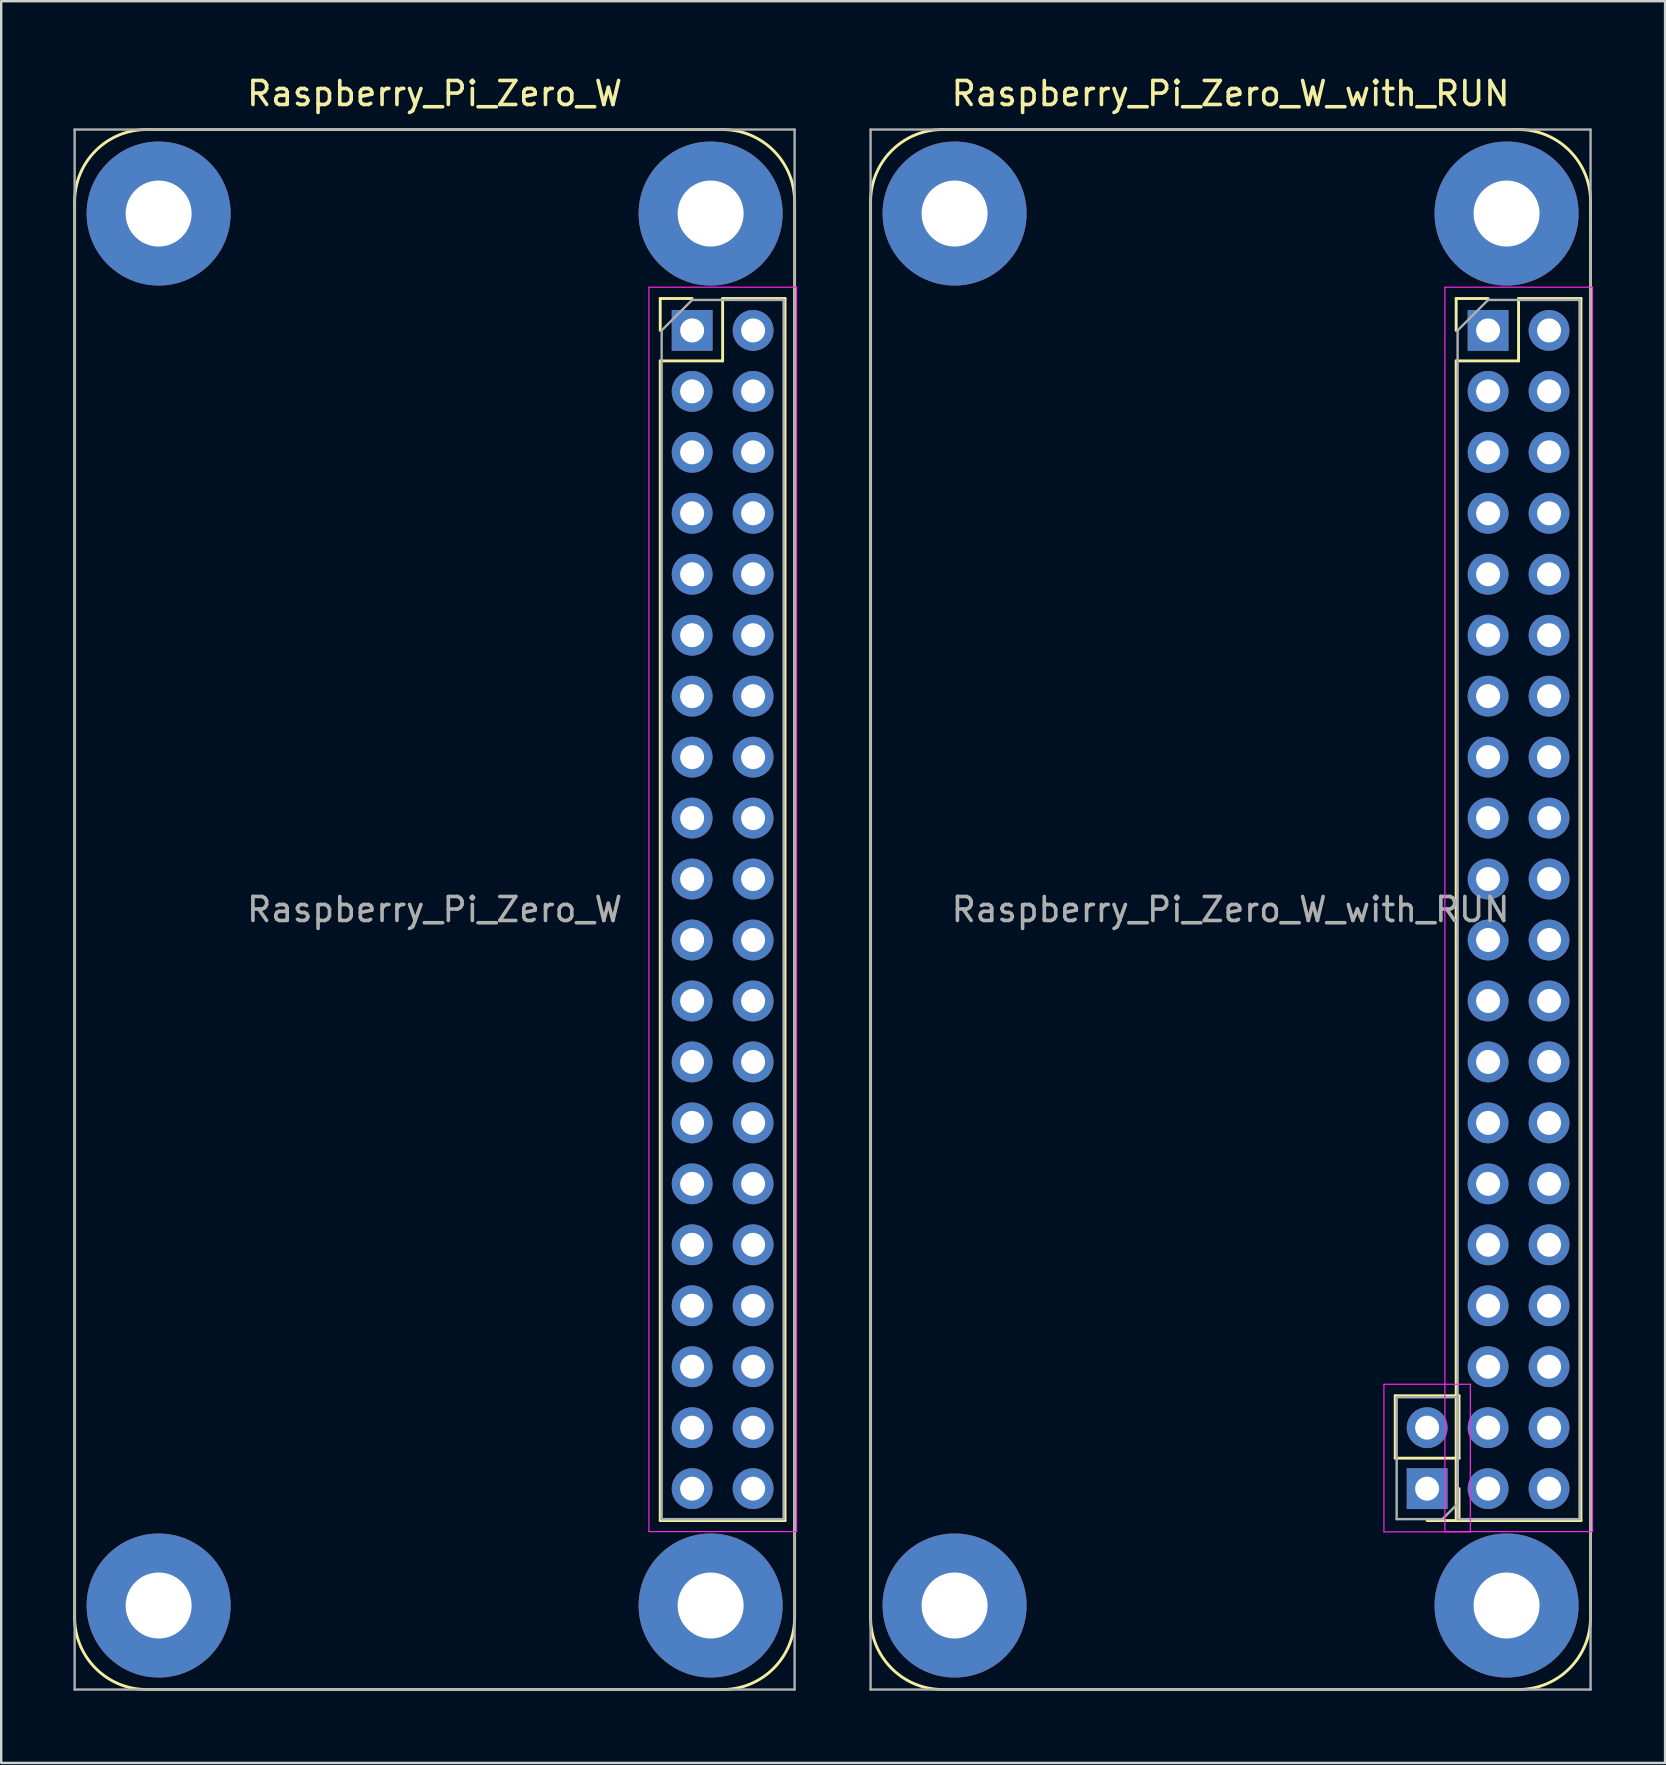
<source format=kicad_pcb>
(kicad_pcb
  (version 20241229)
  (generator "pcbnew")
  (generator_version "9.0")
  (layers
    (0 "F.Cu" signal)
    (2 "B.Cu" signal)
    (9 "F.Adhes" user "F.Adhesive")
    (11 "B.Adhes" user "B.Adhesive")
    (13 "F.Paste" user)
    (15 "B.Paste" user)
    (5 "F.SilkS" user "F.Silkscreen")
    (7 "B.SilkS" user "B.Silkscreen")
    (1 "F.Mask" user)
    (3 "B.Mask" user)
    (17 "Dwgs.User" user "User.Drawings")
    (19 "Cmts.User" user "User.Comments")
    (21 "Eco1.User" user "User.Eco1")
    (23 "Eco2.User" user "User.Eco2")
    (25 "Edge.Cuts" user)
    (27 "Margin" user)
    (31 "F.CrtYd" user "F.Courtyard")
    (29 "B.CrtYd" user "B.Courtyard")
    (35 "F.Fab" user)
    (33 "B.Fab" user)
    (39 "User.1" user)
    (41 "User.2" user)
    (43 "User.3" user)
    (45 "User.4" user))
  (footprint "Raspberry_Pi_Zero_W_with_RUN"
    (layer "F.Cu")
    (at 58.955 10.718)
    (property "Reference" "Raspberry_Pi_Zero_W_with_RUN" (at -10.73 -9.87 0) (layer "F.SilkS") (effects (font (size 1 1) (thickness 0.15))))
    (attr through_hole)
    (fp_line (start -25.73 -5.37) (end -25.73 53.63) (stroke (width 0.12) (type solid)) (layer "F.SilkS"))
    (fp_line (start -3.87 46.99) (end -3.87 44.39) (stroke (width 0.12) (type solid)) (layer "F.SilkS"))
    (fp_line (start -1.33 -1.33) (end 0 -1.33) (stroke (width 0.12) (type solid)) (layer "F.SilkS"))
    (fp_line (start -1.33 0) (end -1.33 -1.33) (stroke (width 0.12) (type solid)) (layer "F.SilkS"))
    (fp_line (start -1.33 1.27) (end -1.33 49.59) (stroke (width 0.12) (type solid)) (layer "F.SilkS"))
    (fp_line (start -1.33 1.27) (end 1.27 1.27) (stroke (width 0.12) (type solid)) (layer "F.SilkS"))
    (fp_line (start -1.33 49.59) (end 3.87 49.59) (stroke (width 0.12) (type solid)) (layer "F.SilkS"))
    (fp_line (start -1.21 44.39) (end -3.87 44.39) (stroke (width 0.12) (type solid)) (layer "F.SilkS"))
    (fp_line (start -1.21 46.99) (end -3.87 46.99) (stroke (width 0.12) (type solid)) (layer "F.SilkS"))
    (fp_line (start -1.21 46.99) (end -1.21 44.39) (stroke (width 0.12) (type solid)) (layer "F.SilkS"))
    (fp_line (start -1.21 48.26) (end -1.21 49.59) (stroke (width 0.12) (type solid)) (layer "F.SilkS"))
    (fp_line (start -1.21 49.59) (end -2.54 49.59) (stroke (width 0.12) (type solid)) (layer "F.SilkS"))
    (fp_line (start 1.27 -8.37) (end -22.73 -8.37) (stroke (width 0.12) (type solid)) (layer "F.SilkS"))
    (fp_line (start 1.27 -1.33) (end 3.87 -1.33) (stroke (width 0.12) (type solid)) (layer "F.SilkS"))
    (fp_line (start 1.27 1.27) (end 1.27 -1.33) (stroke (width 0.12) (type solid)) (layer "F.SilkS"))
    (fp_line (start 1.27 56.63) (end -22.73 56.63) (stroke (width 0.12) (type solid)) (layer "F.SilkS"))
    (fp_line (start 3.87 -1.33) (end 3.87 49.59) (stroke (width 0.12) (type solid)) (layer "F.SilkS"))
    (fp_line (start 4.27 -5.37) (end 4.27 53.63) (stroke (width 0.12) (type solid)) (layer "F.SilkS"))
    (fp_arc (start -25.73 -5.37) (mid -24.85132 -7.49132) (end -22.73 -8.37) (stroke (width 0.12) (type solid)) (layer "F.SilkS"))
    (fp_arc (start -22.73 56.63) (mid -24.85132 55.75132) (end -25.73 53.63) (stroke (width 0.12) (type solid)) (layer "F.SilkS"))
    (fp_arc (start 1.27 -8.37) (mid 3.39132 -7.49132) (end 4.27 -5.37) (stroke (width 0.12) (type solid)) (layer "F.SilkS"))
    (fp_arc (start 4.27 53.63) (mid 3.39132 55.75132) (end 1.27 56.63) (stroke (width 0.12) (type solid)) (layer "F.SilkS"))
    (fp_line (start -4.34 43.91) (end -4.34 50.06) (stroke (width 0.05) (type solid)) (layer "F.CrtYd"))
    (fp_line (start -4.34 50.06) (end -0.74 50.06) (stroke (width 0.05) (type solid)) (layer "F.CrtYd"))
    (fp_line (start -1.8 -1.8) (end -1.8 50.05) (stroke (width 0.05) (type solid)) (layer "F.CrtYd"))
    (fp_line (start -1.8 50.05) (end 4.35 50.05) (stroke (width 0.05) (type solid)) (layer "F.CrtYd"))
    (fp_line (start -0.74 43.91) (end -4.34 43.91) (stroke (width 0.05) (type solid)) (layer "F.CrtYd"))
    (fp_line (start -0.74 50.06) (end -0.74 43.91) (stroke (width 0.05) (type solid)) (layer "F.CrtYd"))
    (fp_line (start 4.35 -1.8) (end -1.8 -1.8) (stroke (width 0.05) (type solid)) (layer "F.CrtYd"))
    (fp_line (start 4.35 50.05) (end 4.35 -1.8) (stroke (width 0.05) (type solid)) (layer "F.CrtYd"))
    (fp_line (start -25.73 -8.37) (end 4.27 -8.37) (stroke (width 0.1) (type solid)) (layer "F.Fab"))
    (fp_line (start -25.73 56.63) (end -25.73 -8.37) (stroke (width 0.1) (type solid)) (layer "F.Fab"))
    (fp_line (start -3.81 44.45) (end -1.27 44.45) (stroke (width 0.1) (type solid)) (layer "F.Fab"))
    (fp_line (start -3.81 49.53) (end -3.81 44.45) (stroke (width 0.1) (type solid)) (layer "F.Fab"))
    (fp_line (start -1.905 49.53) (end -3.81 49.53) (stroke (width 0.1) (type solid)) (layer "F.Fab"))
    (fp_line (start -1.27 0) (end 0 -1.27) (stroke (width 0.1) (type solid)) (layer "F.Fab"))
    (fp_line (start -1.27 44.45) (end -1.27 48.895) (stroke (width 0.1) (type solid)) (layer "F.Fab"))
    (fp_line (start -1.27 48.895) (end -1.905 49.53) (stroke (width 0.1) (type solid)) (layer "F.Fab"))
    (fp_line (start -1.27 49.53) (end -1.27 0) (stroke (width 0.1) (type solid)) (layer "F.Fab"))
    (fp_line (start 0 -1.27) (end 3.81 -1.27) (stroke (width 0.1) (type solid)) (layer "F.Fab"))
    (fp_line (start 3.81 -1.27) (end 3.81 49.53) (stroke (width 0.1) (type solid)) (layer "F.Fab"))
    (fp_line (start 3.81 49.53) (end -1.27 49.53) (stroke (width 0.1) (type solid)) (layer "F.Fab"))
    (fp_line (start 4.27 -8.37) (end 4.27 56.63) (stroke (width 0.1) (type solid)) (layer "F.Fab"))
    (fp_line (start 4.27 56.63) (end -25.73 56.63) (stroke (width 0.1) (type solid)) (layer "F.Fab"))
    (fp_text user "${REFERENCE}" (at -10.73 24.13 0) (layer "F.Fab") (effects (font (size 1 1) (thickness 0.15))))
    (pad "" np_thru_hole circle (at -22.23 -4.87) (size 6 6) (drill 2.75) (layers "*.Cu" "*.Mask"))
    (pad "" np_thru_hole circle (at -22.23 53.13) (size 6 6) (drill 2.75) (layers "*.Cu" "*.Mask"))
    (pad "" np_thru_hole circle (at 0.77 -4.87) (size 6 6) (drill 2.75) (layers "*.Cu" "*.Mask"))
    (pad "" np_thru_hole circle (at 0.77 53.13) (size 6 6) (drill 2.75) (layers "*.Cu" "*.Mask"))
    (pad "1" thru_hole rect (at 0 0) (size 1.7 1.7) (drill 1) (layers "*.Cu" "*.Mask"))
    (pad "2" thru_hole oval (at 2.54 0) (size 1.7 1.7) (drill 1) (layers "*.Cu" "*.Mask"))
    (pad "3" thru_hole oval (at 0 2.54) (size 1.7 1.7) (drill 1) (layers "*.Cu" "*.Mask"))
    (pad "4" thru_hole oval (at 2.54 2.54) (size 1.7 1.7) (drill 1) (layers "*.Cu" "*.Mask"))
    (pad "5" thru_hole oval (at 0 5.08) (size 1.7 1.7) (drill 1) (layers "*.Cu" "*.Mask"))
    (pad "6" thru_hole oval (at 2.54 5.08) (size 1.7 1.7) (drill 1) (layers "*.Cu" "*.Mask"))
    (pad "7" thru_hole oval (at 0 7.62) (size 1.7 1.7) (drill 1) (layers "*.Cu" "*.Mask"))
    (pad "8" thru_hole oval (at 2.54 7.62) (size 1.7 1.7) (drill 1) (layers "*.Cu" "*.Mask"))
    (pad "9" thru_hole oval (at 0 10.16) (size 1.7 1.7) (drill 1) (layers "*.Cu" "*.Mask"))
    (pad "10" thru_hole oval (at 2.54 10.16) (size 1.7 1.7) (drill 1) (layers "*.Cu" "*.Mask"))
    (pad "11" thru_hole oval (at 0 12.7) (size 1.7 1.7) (drill 1) (layers "*.Cu" "*.Mask"))
    (pad "12" thru_hole oval (at 2.54 12.7) (size 1.7 1.7) (drill 1) (layers "*.Cu" "*.Mask"))
    (pad "13" thru_hole oval (at 0 15.24) (size 1.7 1.7) (drill 1) (layers "*.Cu" "*.Mask"))
    (pad "14" thru_hole oval (at 2.54 15.24) (size 1.7 1.7) (drill 1) (layers "*.Cu" "*.Mask"))
    (pad "15" thru_hole oval (at 0 17.78) (size 1.7 1.7) (drill 1) (layers "*.Cu" "*.Mask"))
    (pad "16" thru_hole oval (at 2.54 17.78) (size 1.7 1.7) (drill 1) (layers "*.Cu" "*.Mask"))
    (pad "17" thru_hole oval (at 0 20.32) (size 1.7 1.7) (drill 1) (layers "*.Cu" "*.Mask"))
    (pad "18" thru_hole oval (at 2.54 20.32) (size 1.7 1.7) (drill 1) (layers "*.Cu" "*.Mask"))
    (pad "19" thru_hole oval (at 0 22.86) (size 1.7 1.7) (drill 1) (layers "*.Cu" "*.Mask"))
    (pad "20" thru_hole oval (at 2.54 22.86) (size 1.7 1.7) (drill 1) (layers "*.Cu" "*.Mask"))
    (pad "21" thru_hole oval (at 0 25.4) (size 1.7 1.7) (drill 1) (layers "*.Cu" "*.Mask"))
    (pad "22" thru_hole oval (at 2.54 25.4) (size 1.7 1.7) (drill 1) (layers "*.Cu" "*.Mask"))
    (pad "23" thru_hole oval (at 0 27.94) (size 1.7 1.7) (drill 1) (layers "*.Cu" "*.Mask"))
    (pad "24" thru_hole oval (at 2.54 27.94) (size 1.7 1.7) (drill 1) (layers "*.Cu" "*.Mask"))
    (pad "25" thru_hole oval (at 0 30.48) (size 1.7 1.7) (drill 1) (layers "*.Cu" "*.Mask"))
    (pad "26" thru_hole oval (at 2.54 30.48) (size 1.7 1.7) (drill 1) (layers "*.Cu" "*.Mask"))
    (pad "27" thru_hole oval (at 0 33.02) (size 1.7 1.7) (drill 1) (layers "*.Cu" "*.Mask"))
    (pad "28" thru_hole oval (at 2.54 33.02) (size 1.7 1.7) (drill 1) (layers "*.Cu" "*.Mask"))
    (pad "29" thru_hole oval (at 0 35.56) (size 1.7 1.7) (drill 1) (layers "*.Cu" "*.Mask"))
    (pad "30" thru_hole oval (at 2.54 35.56) (size 1.7 1.7) (drill 1) (layers "*.Cu" "*.Mask"))
    (pad "31" thru_hole oval (at 0 38.1) (size 1.7 1.7) (drill 1) (layers "*.Cu" "*.Mask"))
    (pad "32" thru_hole oval (at 2.54 38.1) (size 1.7 1.7) (drill 1) (layers "*.Cu" "*.Mask"))
    (pad "33" thru_hole oval (at 0 40.64) (size 1.7 1.7) (drill 1) (layers "*.Cu" "*.Mask"))
    (pad "34" thru_hole oval (at 2.54 40.64) (size 1.7 1.7) (drill 1) (layers "*.Cu" "*.Mask"))
    (pad "35" thru_hole oval (at 0 43.18) (size 1.7 1.7) (drill 1) (layers "*.Cu" "*.Mask"))
    (pad "36" thru_hole oval (at 2.54 43.18) (size 1.7 1.7) (drill 1) (layers "*.Cu" "*.Mask"))
    (pad "37" thru_hole oval (at 0 45.72) (size 1.7 1.7) (drill 1) (layers "*.Cu" "*.Mask"))
    (pad "38" thru_hole oval (at 2.54 45.72) (size 1.7 1.7) (drill 1) (layers "*.Cu" "*.Mask"))
    (pad "39" thru_hole oval (at 0 48.26) (size 1.7 1.7) (drill 1) (layers "*.Cu" "*.Mask"))
    (pad "40" thru_hole oval (at 2.54 48.26) (size 1.7 1.7) (drill 1) (layers "*.Cu" "*.Mask"))
    (pad "41" thru_hole rect (at -2.54 48.26 180) (size 1.7 1.7) (drill 1) (layers "*.Cu" "*.Mask"))
    (pad "42" thru_hole oval (at -2.54 45.72 180) (size 1.7 1.7) (drill 1) (layers "*.Cu" "*.Mask")))
  (footprint "Raspberry_Pi_Zero_W"
    (layer "F.Cu")
    (at 25.79 10.718)
    (property "Reference" "Raspberry_Pi_Zero_W" (at -10.73 -9.87 0) (layer "F.SilkS") (effects (font (size 1 1) (thickness 0.15))))
    (attr through_hole)
    (fp_line (start -25.73 -5.37) (end -25.73 53.63) (stroke (width 0.12) (type solid)) (layer "F.SilkS"))
    (fp_line (start -1.33 -1.33) (end 0 -1.33) (stroke (width 0.12) (type solid)) (layer "F.SilkS"))
    (fp_line (start -1.33 0) (end -1.33 -1.33) (stroke (width 0.12) (type solid)) (layer "F.SilkS"))
    (fp_line (start -1.33 1.27) (end -1.33 49.59) (stroke (width 0.12) (type solid)) (layer "F.SilkS"))
    (fp_line (start -1.33 1.27) (end 1.27 1.27) (stroke (width 0.12) (type solid)) (layer "F.SilkS"))
    (fp_line (start -1.33 49.59) (end 3.87 49.59) (stroke (width 0.12) (type solid)) (layer "F.SilkS"))
    (fp_line (start 1.27 -8.37) (end -22.73 -8.37) (stroke (width 0.12) (type solid)) (layer "F.SilkS"))
    (fp_line (start 1.27 -1.33) (end 3.87 -1.33) (stroke (width 0.12) (type solid)) (layer "F.SilkS"))
    (fp_line (start 1.27 1.27) (end 1.27 -1.33) (stroke (width 0.12) (type solid)) (layer "F.SilkS"))
    (fp_line (start 1.27 56.63) (end -22.73 56.63) (stroke (width 0.12) (type solid)) (layer "F.SilkS"))
    (fp_line (start 3.87 -1.33) (end 3.87 49.59) (stroke (width 0.12) (type solid)) (layer "F.SilkS"))
    (fp_line (start 4.27 -5.37) (end 4.27 53.63) (stroke (width 0.12) (type solid)) (layer "F.SilkS"))
    (fp_arc (start -25.73 -5.37) (mid -24.85132 -7.49132) (end -22.73 -8.37) (stroke (width 0.12) (type solid)) (layer "F.SilkS"))
    (fp_arc (start -22.73 56.63) (mid -24.85132 55.75132) (end -25.73 53.63) (stroke (width 0.12) (type solid)) (layer "F.SilkS"))
    (fp_arc (start 1.27 -8.37) (mid 3.39132 -7.49132) (end 4.27 -5.37) (stroke (width 0.12) (type solid)) (layer "F.SilkS"))
    (fp_arc (start 4.27 53.63) (mid 3.39132 55.75132) (end 1.27 56.63) (stroke (width 0.12) (type solid)) (layer "F.SilkS"))
    (fp_line (start -1.8 -1.8) (end -1.8 50.05) (stroke (width 0.05) (type solid)) (layer "F.CrtYd"))
    (fp_line (start -1.8 50.05) (end 4.35 50.05) (stroke (width 0.05) (type solid)) (layer "F.CrtYd"))
    (fp_line (start 4.35 -1.8) (end -1.8 -1.8) (stroke (width 0.05) (type solid)) (layer "F.CrtYd"))
    (fp_line (start 4.35 50.05) (end 4.35 -1.8) (stroke (width 0.05) (type solid)) (layer "F.CrtYd"))
    (fp_line (start -25.73 -8.37) (end 4.27 -8.37) (stroke (width 0.1) (type solid)) (layer "F.Fab"))
    (fp_line (start -25.73 56.63) (end -25.73 -8.37) (stroke (width 0.1) (type solid)) (layer "F.Fab"))
    (fp_line (start -1.27 0) (end 0 -1.27) (stroke (width 0.1) (type solid)) (layer "F.Fab"))
    (fp_line (start -1.27 49.53) (end -1.27 0) (stroke (width 0.1) (type solid)) (layer "F.Fab"))
    (fp_line (start 0 -1.27) (end 3.81 -1.27) (stroke (width 0.1) (type solid)) (layer "F.Fab"))
    (fp_line (start 3.81 -1.27) (end 3.81 49.53) (stroke (width 0.1) (type solid)) (layer "F.Fab"))
    (fp_line (start 3.81 49.53) (end -1.27 49.53) (stroke (width 0.1) (type solid)) (layer "F.Fab"))
    (fp_line (start 4.27 -8.37) (end 4.27 56.63) (stroke (width 0.1) (type solid)) (layer "F.Fab"))
    (fp_line (start 4.27 56.63) (end -25.73 56.63) (stroke (width 0.1) (type solid)) (layer "F.Fab"))
    (fp_text user "${REFERENCE}" (at -10.73 24.13 0) (layer "F.Fab") (effects (font (size 1 1) (thickness 0.15))))
    (pad "" np_thru_hole circle (at -22.23 -4.87) (size 6 6) (drill 2.75) (layers "*.Cu" "*.Mask"))
    (pad "" np_thru_hole circle (at -22.23 53.13) (size 6 6) (drill 2.75) (layers "*.Cu" "*.Mask"))
    (pad "" np_thru_hole circle (at 0.77 -4.87) (size 6 6) (drill 2.75) (layers "*.Cu" "*.Mask"))
    (pad "" np_thru_hole circle (at 0.77 53.13) (size 6 6) (drill 2.75) (layers "*.Cu" "*.Mask"))
    (pad "1" thru_hole rect (at 0 0) (size 1.7 1.7) (drill 1) (layers "*.Cu" "*.Mask"))
    (pad "2" thru_hole oval (at 2.54 0) (size 1.7 1.7) (drill 1) (layers "*.Cu" "*.Mask"))
    (pad "3" thru_hole oval (at 0 2.54) (size 1.7 1.7) (drill 1) (layers "*.Cu" "*.Mask"))
    (pad "4" thru_hole oval (at 2.54 2.54) (size 1.7 1.7) (drill 1) (layers "*.Cu" "*.Mask"))
    (pad "5" thru_hole oval (at 0 5.08) (size 1.7 1.7) (drill 1) (layers "*.Cu" "*.Mask"))
    (pad "6" thru_hole oval (at 2.54 5.08) (size 1.7 1.7) (drill 1) (layers "*.Cu" "*.Mask"))
    (pad "7" thru_hole oval (at 0 7.62) (size 1.7 1.7) (drill 1) (layers "*.Cu" "*.Mask"))
    (pad "8" thru_hole oval (at 2.54 7.62) (size 1.7 1.7) (drill 1) (layers "*.Cu" "*.Mask"))
    (pad "9" thru_hole oval (at 0 10.16) (size 1.7 1.7) (drill 1) (layers "*.Cu" "*.Mask"))
    (pad "10" thru_hole oval (at 2.54 10.16) (size 1.7 1.7) (drill 1) (layers "*.Cu" "*.Mask"))
    (pad "11" thru_hole oval (at 0 12.7) (size 1.7 1.7) (drill 1) (layers "*.Cu" "*.Mask"))
    (pad "12" thru_hole oval (at 2.54 12.7) (size 1.7 1.7) (drill 1) (layers "*.Cu" "*.Mask"))
    (pad "13" thru_hole oval (at 0 15.24) (size 1.7 1.7) (drill 1) (layers "*.Cu" "*.Mask"))
    (pad "14" thru_hole oval (at 2.54 15.24) (size 1.7 1.7) (drill 1) (layers "*.Cu" "*.Mask"))
    (pad "15" thru_hole oval (at 0 17.78) (size 1.7 1.7) (drill 1) (layers "*.Cu" "*.Mask"))
    (pad "16" thru_hole oval (at 2.54 17.78) (size 1.7 1.7) (drill 1) (layers "*.Cu" "*.Mask"))
    (pad "17" thru_hole oval (at 0 20.32) (size 1.7 1.7) (drill 1) (layers "*.Cu" "*.Mask"))
    (pad "18" thru_hole oval (at 2.54 20.32) (size 1.7 1.7) (drill 1) (layers "*.Cu" "*.Mask"))
    (pad "19" thru_hole oval (at 0 22.86) (size 1.7 1.7) (drill 1) (layers "*.Cu" "*.Mask"))
    (pad "20" thru_hole oval (at 2.54 22.86) (size 1.7 1.7) (drill 1) (layers "*.Cu" "*.Mask"))
    (pad "21" thru_hole oval (at 0 25.4) (size 1.7 1.7) (drill 1) (layers "*.Cu" "*.Mask"))
    (pad "22" thru_hole oval (at 2.54 25.4) (size 1.7 1.7) (drill 1) (layers "*.Cu" "*.Mask"))
    (pad "23" thru_hole oval (at 0 27.94) (size 1.7 1.7) (drill 1) (layers "*.Cu" "*.Mask"))
    (pad "24" thru_hole oval (at 2.54 27.94) (size 1.7 1.7) (drill 1) (layers "*.Cu" "*.Mask"))
    (pad "25" thru_hole oval (at 0 30.48) (size 1.7 1.7) (drill 1) (layers "*.Cu" "*.Mask"))
    (pad "26" thru_hole oval (at 2.54 30.48) (size 1.7 1.7) (drill 1) (layers "*.Cu" "*.Mask"))
    (pad "27" thru_hole oval (at 0 33.02) (size 1.7 1.7) (drill 1) (layers "*.Cu" "*.Mask"))
    (pad "28" thru_hole oval (at 2.54 33.02) (size 1.7 1.7) (drill 1) (layers "*.Cu" "*.Mask"))
    (pad "29" thru_hole oval (at 0 35.56) (size 1.7 1.7) (drill 1) (layers "*.Cu" "*.Mask"))
    (pad "30" thru_hole oval (at 2.54 35.56) (size 1.7 1.7) (drill 1) (layers "*.Cu" "*.Mask"))
    (pad "31" thru_hole oval (at 0 38.1) (size 1.7 1.7) (drill 1) (layers "*.Cu" "*.Mask"))
    (pad "32" thru_hole oval (at 2.54 38.1) (size 1.7 1.7) (drill 1) (layers "*.Cu" "*.Mask"))
    (pad "33" thru_hole oval (at 0 40.64) (size 1.7 1.7) (drill 1) (layers "*.Cu" "*.Mask"))
    (pad "34" thru_hole oval (at 2.54 40.64) (size 1.7 1.7) (drill 1) (layers "*.Cu" "*.Mask"))
    (pad "35" thru_hole oval (at 0 43.18) (size 1.7 1.7) (drill 1) (layers "*.Cu" "*.Mask"))
    (pad "36" thru_hole oval (at 2.54 43.18) (size 1.7 1.7) (drill 1) (layers "*.Cu" "*.Mask"))
    (pad "37" thru_hole oval (at 0 45.72) (size 1.7 1.7) (drill 1) (layers "*.Cu" "*.Mask"))
    (pad "38" thru_hole oval (at 2.54 45.72) (size 1.7 1.7) (drill 1) (layers "*.Cu" "*.Mask"))
    (pad "39" thru_hole oval (at 0 48.26) (size 1.7 1.7) (drill 1) (layers "*.Cu" "*.Mask"))
    (pad "40" thru_hole oval (at 2.54 48.26) (size 1.7 1.7) (drill 1) (layers "*.Cu" "*.Mask")))
  (gr_rect
    (start -3 -3)
    (end 66.33 70.408)
    (stroke (width 0.1) (type default))
    (fill no)
    (layer "Edge.Cuts")))
</source>
